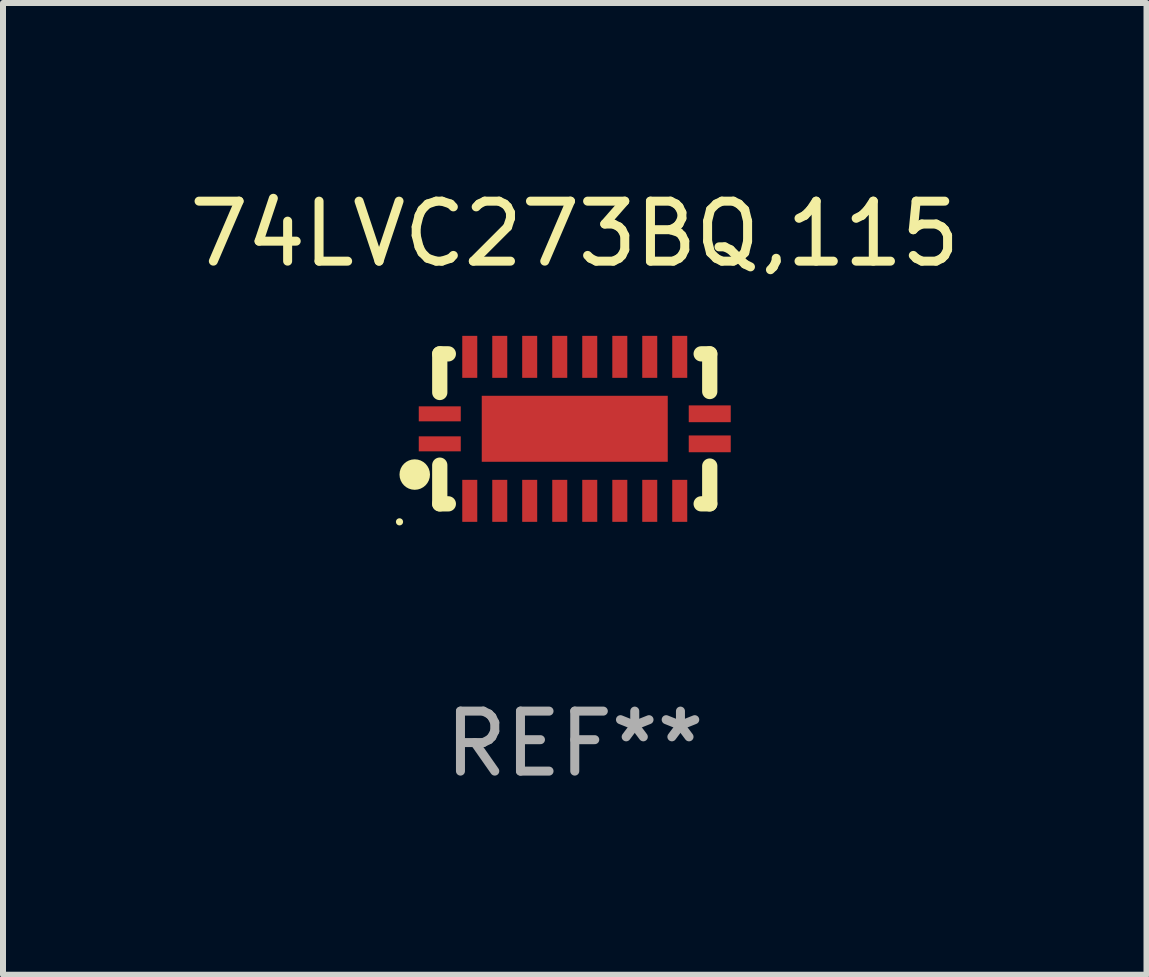
<source format=kicad_pcb>
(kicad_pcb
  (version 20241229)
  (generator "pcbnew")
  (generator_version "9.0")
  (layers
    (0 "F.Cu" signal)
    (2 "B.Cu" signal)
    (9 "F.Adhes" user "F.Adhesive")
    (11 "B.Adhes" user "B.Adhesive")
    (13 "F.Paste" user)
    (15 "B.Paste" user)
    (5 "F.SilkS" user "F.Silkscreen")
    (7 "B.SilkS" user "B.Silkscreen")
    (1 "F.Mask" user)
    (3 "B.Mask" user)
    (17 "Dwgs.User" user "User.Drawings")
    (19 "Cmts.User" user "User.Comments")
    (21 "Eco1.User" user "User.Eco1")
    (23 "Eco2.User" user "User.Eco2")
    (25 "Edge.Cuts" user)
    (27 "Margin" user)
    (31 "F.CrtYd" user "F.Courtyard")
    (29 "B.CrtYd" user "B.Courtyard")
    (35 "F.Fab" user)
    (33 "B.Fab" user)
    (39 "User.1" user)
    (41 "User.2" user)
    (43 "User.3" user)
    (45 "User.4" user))
  (footprint "74LVC273BQ,115"
    (layer "F.Cu")
    (at 6.53 4.098)
    (property "Reference" "74LVC273BQ,115" (at 0 -3.25 0) (layer "F.SilkS") (effects (font (size 1 1) (thickness 0.15))))
    (attr through_hole)
    (fp_line (start -2.25 0.605) (end -2.25 1.25) (stroke (width 0.254) (type solid)) (layer "F.SilkS"))
    (fp_line (start -2.25 1.25) (end -2.107 1.25) (stroke (width 0.254) (type solid)) (layer "F.SilkS"))
    (fp_line (start -2.25 -1.25) (end -2.25 -0.606) (stroke (width 0.254) (type solid)) (layer "F.SilkS"))
    (fp_line (start -2.25 -1.25) (end -2.107 -1.25) (stroke (width 0.254) (type solid)) (layer "F.SilkS"))
    (fp_line (start 2.107 -1.25) (end 2.25 -1.25) (stroke (width 0.254) (type solid)) (layer "F.SilkS"))
    (fp_line (start 2.107 1.25) (end 2.25 1.25) (stroke (width 0.254) (type solid)) (layer "F.SilkS"))
    (fp_line (start 2.25 -1.25) (end 2.25 -0.622) (stroke (width 0.254) (type solid)) (layer "F.SilkS"))
    (fp_line (start 2.25 0.62) (end 2.25 1.25) (stroke (width 0.254) (type solid)) (layer "F.SilkS"))
    (fp_circle (center -2.921 1.55) (end -2.891 1.55) (stroke (width 0.06) (type solid)) (fill no) (layer "F.SilkS"))
    (fp_circle (center -2.667 0.762) (end -2.54 0.762) (stroke (width 0.254) (type solid)) (fill no) (layer "F.SilkS"))
    (fp_text user "REF**" (at 0 5.25 0) (layer "F.Fab") (effects (font (size 1 1) (thickness 0.15))))
    (pad "1" smd rect (at -2.25 0.25 180) (size 0.7 0.25) (layers "F.Cu" "F.Mask" "F.Paste"))
    (pad "2" smd rect (at -1.75 1.2 90) (size 0.7 0.25) (layers "F.Cu" "F.Mask" "F.Paste"))
    (pad "3" smd rect (at -1.25 1.2 90) (size 0.7 0.25) (layers "F.Cu" "F.Mask" "F.Paste"))
    (pad "4" smd rect (at -0.751 1.2 90) (size 0.7 0.25) (layers "F.Cu" "F.Mask" "F.Paste"))
    (pad "5" smd rect (at -0.25 1.2 90) (size 0.7 0.25) (layers "F.Cu" "F.Mask" "F.Paste"))
    (pad "6" smd rect (at 0.25 1.2 90) (size 0.7 0.25) (layers "F.Cu" "F.Mask" "F.Paste"))
    (pad "7" smd rect (at 0.751 1.2 90) (size 0.7 0.25) (layers "F.Cu" "F.Mask" "F.Paste"))
    (pad "8" smd rect (at 1.25 1.2 90) (size 0.7 0.25) (layers "F.Cu" "F.Mask" "F.Paste"))
    (pad "9" smd rect (at 1.75 1.2 90) (size 0.7 0.25) (layers "F.Cu" "F.Mask" "F.Paste"))
    (pad "10" smd rect (at 2.25 0.25 180) (size 0.7 0.28) (layers "F.Cu" "F.Mask" "F.Paste"))
    (pad "11" smd rect (at 2.25 -0.251 180) (size 0.7 0.28) (layers "F.Cu" "F.Mask" "F.Paste"))
    (pad "12" smd rect (at 1.75 -1.2 90) (size 0.7 0.25) (layers "F.Cu" "F.Mask" "F.Paste"))
    (pad "13" smd rect (at 1.25 -1.2 90) (size 0.7 0.25) (layers "F.Cu" "F.Mask" "F.Paste"))
    (pad "14" smd rect (at 0.751 -1.2 90) (size 0.7 0.25) (layers "F.Cu" "F.Mask" "F.Paste"))
    (pad "15" smd rect (at 0.25 -1.2 90) (size 0.7 0.25) (layers "F.Cu" "F.Mask" "F.Paste"))
    (pad "16" smd rect (at -0.25 -1.2 90) (size 0.7 0.25) (layers "F.Cu" "F.Mask" "F.Paste"))
    (pad "17" smd rect (at -0.751 -1.2 90) (size 0.7 0.25) (layers "F.Cu" "F.Mask" "F.Paste"))
    (pad "18" smd rect (at -1.25 -1.2 90) (size 0.7 0.25) (layers "F.Cu" "F.Mask" "F.Paste"))
    (pad "19" smd rect (at -1.75 -1.2 90) (size 0.7 0.25) (layers "F.Cu" "F.Mask" "F.Paste"))
    (pad "20" smd rect (at -2.25 -0.25 180) (size 0.7 0.25) (layers "F.Cu" "F.Mask" "F.Paste"))
    (pad "21" smd rect (at 0 -0.001 180) (size 3.1 1.1) (layers "F.Cu" "F.Mask" "F.Paste")))
  (gr_rect
    (start -3 -3)
    (end 16.06 13.197)
    (stroke (width 0.1) (type default))
    (fill no)
    (layer "Edge.Cuts")))
</source>
